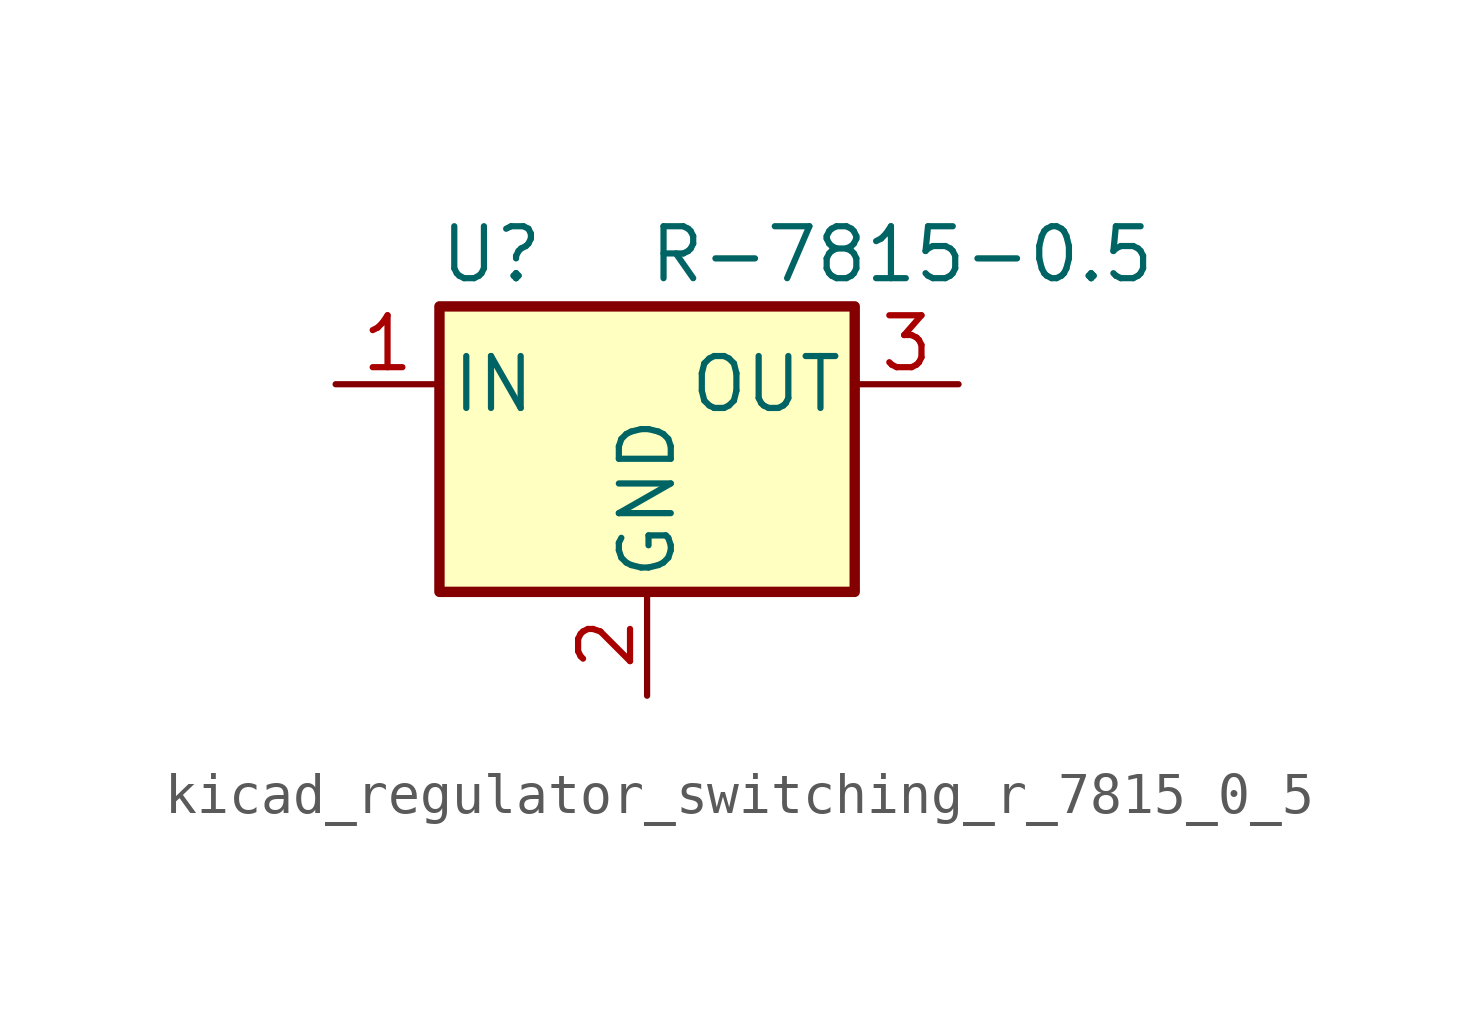
<source format=kicad_sym>
(kicad_symbol_lib
  (version 20220914)
  (generator kicad_symbol_editor)
  (symbol "kicad_regulator_switching_r_7815_0_5"
    (pin_names
      (offset 0.254))
    (property "Reference" "U"
      (at -3.81 3.175 0)
      (effects (font (size 1.27 1.27))))
    (property "Value" "R-7815-0.5"
      (at 0 3.175 0)
      (effects (font (size 1.27 1.27)) (justify left)))
    (symbol "kicad_regulator_switching_r_7815_0_5_0_1"
      (rectangle (start -5.08 1.905) (end 5.08 -5.08) (stroke (width 0.254) (type default)) (fill (type background))))
    (symbol "kicad_regulator_switching_r_7815_0_5_1_1"
      (pin power_in line (at -7.62 0 0) (length 2.54) (name "IN" (effects (font (size 1.27 1.27)))) (number "1" (effects (font (size 1.27 1.27)))))
      (pin power_in line (at 0 -7.62 90) (length 2.54) (name "GND" (effects (font (size 1.27 1.27)))) (number "2" (effects (font (size 1.27 1.27)))))
      (pin power_out line (at 7.62 0 180) (length 2.54) (name "OUT" (effects (font (size 1.27 1.27)))) (number "3" (effects (font (size 1.27 1.27))))))))
</source>
